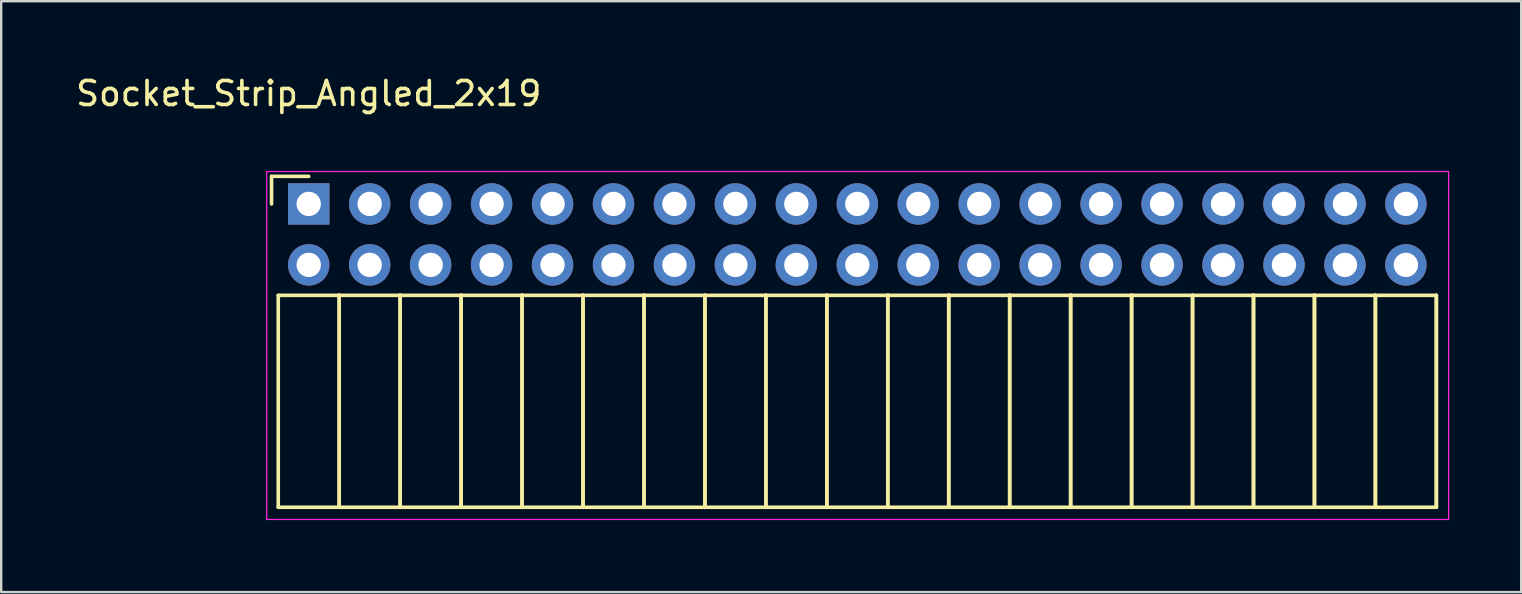
<source format=kicad_pcb>
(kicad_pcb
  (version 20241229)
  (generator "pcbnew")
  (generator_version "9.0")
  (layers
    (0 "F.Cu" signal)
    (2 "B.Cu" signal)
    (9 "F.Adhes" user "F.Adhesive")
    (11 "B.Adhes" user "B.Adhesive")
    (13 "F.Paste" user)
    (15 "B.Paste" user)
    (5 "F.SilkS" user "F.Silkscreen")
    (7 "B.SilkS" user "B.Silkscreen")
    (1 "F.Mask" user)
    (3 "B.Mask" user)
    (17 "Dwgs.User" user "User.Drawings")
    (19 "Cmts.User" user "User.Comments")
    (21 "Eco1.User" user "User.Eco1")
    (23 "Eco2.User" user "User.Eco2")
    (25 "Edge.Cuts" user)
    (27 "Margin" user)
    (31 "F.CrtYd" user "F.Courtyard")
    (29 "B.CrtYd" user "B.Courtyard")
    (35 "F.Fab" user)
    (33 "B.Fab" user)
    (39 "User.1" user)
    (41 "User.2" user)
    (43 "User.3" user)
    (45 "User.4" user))
  (footprint "Socket_Strip_Angled_2x19"
    (layer "F.Cu")
    (at 9.815 5.448)
    (property "Reference" "Socket_Strip_Angled_2x19" (at 0 -4.6 0) (layer "F.SilkS") (effects (font (size 1 1) (thickness 0.15))))
    (attr through_hole)
    (fp_line (start -1.55 -1.15) (end -1.55 0) (stroke (width 0.15) (type solid)) (layer "F.SilkS"))
    (fp_line (start -1.27 3.81) (end -1.27 12.64) (stroke (width 0.15) (type solid)) (layer "F.SilkS"))
    (fp_line (start -1.27 3.81) (end 1.27 3.81) (stroke (width 0.15) (type solid)) (layer "F.SilkS"))
    (fp_line (start -1.27 12.64) (end 1.27 12.64) (stroke (width 0.15) (type solid)) (layer "F.SilkS"))
    (fp_line (start 0 -1.15) (end -1.55 -1.15) (stroke (width 0.15) (type solid)) (layer "F.SilkS"))
    (fp_line (start 1.27 3.81) (end 1.27 12.64) (stroke (width 0.15) (type solid)) (layer "F.SilkS"))
    (fp_line (start 1.27 3.81) (end 3.81 3.81) (stroke (width 0.15) (type solid)) (layer "F.SilkS"))
    (fp_line (start 1.27 12.64) (end 1.27 3.81) (stroke (width 0.15) (type solid)) (layer "F.SilkS"))
    (fp_line (start 1.27 12.64) (end 3.81 12.64) (stroke (width 0.15) (type solid)) (layer "F.SilkS"))
    (fp_line (start 3.81 3.81) (end 3.81 12.64) (stroke (width 0.15) (type solid)) (layer "F.SilkS"))
    (fp_line (start 3.81 3.81) (end 6.35 3.81) (stroke (width 0.15) (type solid)) (layer "F.SilkS"))
    (fp_line (start 3.81 12.64) (end 3.81 3.81) (stroke (width 0.15) (type solid)) (layer "F.SilkS"))
    (fp_line (start 3.81 12.64) (end 6.35 12.64) (stroke (width 0.15) (type solid)) (layer "F.SilkS"))
    (fp_line (start 6.35 3.81) (end 6.35 12.64) (stroke (width 0.15) (type solid)) (layer "F.SilkS"))
    (fp_line (start 6.35 3.81) (end 8.89 3.81) (stroke (width 0.15) (type solid)) (layer "F.SilkS"))
    (fp_line (start 6.35 12.64) (end 6.35 3.81) (stroke (width 0.15) (type solid)) (layer "F.SilkS"))
    (fp_line (start 6.35 12.64) (end 8.89 12.64) (stroke (width 0.15) (type solid)) (layer "F.SilkS"))
    (fp_line (start 8.89 3.81) (end 8.89 12.64) (stroke (width 0.15) (type solid)) (layer "F.SilkS"))
    (fp_line (start 8.89 3.81) (end 11.43 3.81) (stroke (width 0.15) (type solid)) (layer "F.SilkS"))
    (fp_line (start 8.89 12.64) (end 8.89 3.81) (stroke (width 0.15) (type solid)) (layer "F.SilkS"))
    (fp_line (start 8.89 12.64) (end 11.43 12.64) (stroke (width 0.15) (type solid)) (layer "F.SilkS"))
    (fp_line (start 11.43 3.81) (end 11.43 12.64) (stroke (width 0.15) (type solid)) (layer "F.SilkS"))
    (fp_line (start 11.43 3.81) (end 13.97 3.81) (stroke (width 0.15) (type solid)) (layer "F.SilkS"))
    (fp_line (start 11.43 12.64) (end 11.43 3.81) (stroke (width 0.15) (type solid)) (layer "F.SilkS"))
    (fp_line (start 11.43 12.64) (end 13.97 12.64) (stroke (width 0.15) (type solid)) (layer "F.SilkS"))
    (fp_line (start 13.97 3.81) (end 13.97 12.64) (stroke (width 0.15) (type solid)) (layer "F.SilkS"))
    (fp_line (start 13.97 3.81) (end 16.51 3.81) (stroke (width 0.15) (type solid)) (layer "F.SilkS"))
    (fp_line (start 13.97 12.64) (end 13.97 3.81) (stroke (width 0.15) (type solid)) (layer "F.SilkS"))
    (fp_line (start 13.97 12.64) (end 16.51 12.64) (stroke (width 0.15) (type solid)) (layer "F.SilkS"))
    (fp_line (start 16.51 3.81) (end 16.51 12.64) (stroke (width 0.15) (type solid)) (layer "F.SilkS"))
    (fp_line (start 16.51 3.81) (end 19.05 3.81) (stroke (width 0.15) (type solid)) (layer "F.SilkS"))
    (fp_line (start 16.51 12.64) (end 16.51 3.81) (stroke (width 0.15) (type solid)) (layer "F.SilkS"))
    (fp_line (start 16.51 12.64) (end 19.05 12.64) (stroke (width 0.15) (type solid)) (layer "F.SilkS"))
    (fp_line (start 19.05 3.81) (end 19.05 12.64) (stroke (width 0.15) (type solid)) (layer "F.SilkS"))
    (fp_line (start 19.05 3.81) (end 21.59 3.81) (stroke (width 0.15) (type solid)) (layer "F.SilkS"))
    (fp_line (start 19.05 12.64) (end 19.05 3.81) (stroke (width 0.15) (type solid)) (layer "F.SilkS"))
    (fp_line (start 19.05 12.64) (end 21.59 12.64) (stroke (width 0.15) (type solid)) (layer "F.SilkS"))
    (fp_line (start 21.59 3.81) (end 21.59 12.64) (stroke (width 0.15) (type solid)) (layer "F.SilkS"))
    (fp_line (start 21.59 3.81) (end 24.13 3.81) (stroke (width 0.15) (type solid)) (layer "F.SilkS"))
    (fp_line (start 21.59 12.64) (end 21.59 3.81) (stroke (width 0.15) (type solid)) (layer "F.SilkS"))
    (fp_line (start 21.59 12.64) (end 24.13 12.64) (stroke (width 0.15) (type solid)) (layer "F.SilkS"))
    (fp_line (start 24.13 3.81) (end 24.13 12.64) (stroke (width 0.15) (type solid)) (layer "F.SilkS"))
    (fp_line (start 24.13 3.81) (end 26.67 3.81) (stroke (width 0.15) (type solid)) (layer "F.SilkS"))
    (fp_line (start 24.13 12.64) (end 24.13 3.81) (stroke (width 0.15) (type solid)) (layer "F.SilkS"))
    (fp_line (start 24.13 12.64) (end 26.67 12.64) (stroke (width 0.15) (type solid)) (layer "F.SilkS"))
    (fp_line (start 26.67 3.81) (end 26.67 12.64) (stroke (width 0.15) (type solid)) (layer "F.SilkS"))
    (fp_line (start 26.67 3.81) (end 29.21 3.81) (stroke (width 0.15) (type solid)) (layer "F.SilkS"))
    (fp_line (start 26.67 12.64) (end 26.67 3.81) (stroke (width 0.15) (type solid)) (layer "F.SilkS"))
    (fp_line (start 26.67 12.64) (end 29.21 12.64) (stroke (width 0.15) (type solid)) (layer "F.SilkS"))
    (fp_line (start 29.21 3.81) (end 29.21 12.64) (stroke (width 0.15) (type solid)) (layer "F.SilkS"))
    (fp_line (start 29.21 3.81) (end 31.75 3.81) (stroke (width 0.15) (type solid)) (layer "F.SilkS"))
    (fp_line (start 29.21 12.64) (end 29.21 3.81) (stroke (width 0.15) (type solid)) (layer "F.SilkS"))
    (fp_line (start 29.21 12.64) (end 31.75 12.64) (stroke (width 0.15) (type solid)) (layer "F.SilkS"))
    (fp_line (start 31.75 3.81) (end 31.75 12.64) (stroke (width 0.15) (type solid)) (layer "F.SilkS"))
    (fp_line (start 31.75 3.81) (end 34.29 3.81) (stroke (width 0.15) (type solid)) (layer "F.SilkS"))
    (fp_line (start 31.75 12.64) (end 31.75 3.81) (stroke (width 0.15) (type solid)) (layer "F.SilkS"))
    (fp_line (start 31.75 12.64) (end 34.29 12.64) (stroke (width 0.15) (type solid)) (layer "F.SilkS"))
    (fp_line (start 34.29 3.81) (end 34.29 12.64) (stroke (width 0.15) (type solid)) (layer "F.SilkS"))
    (fp_line (start 34.29 3.81) (end 36.83 3.81) (stroke (width 0.15) (type solid)) (layer "F.SilkS"))
    (fp_line (start 34.29 12.64) (end 34.29 3.81) (stroke (width 0.15) (type solid)) (layer "F.SilkS"))
    (fp_line (start 34.29 12.64) (end 36.83 12.64) (stroke (width 0.15) (type solid)) (layer "F.SilkS"))
    (fp_line (start 36.83 3.81) (end 36.83 12.64) (stroke (width 0.15) (type solid)) (layer "F.SilkS"))
    (fp_line (start 36.83 3.81) (end 39.37 3.81) (stroke (width 0.15) (type solid)) (layer "F.SilkS"))
    (fp_line (start 36.83 12.64) (end 36.83 3.81) (stroke (width 0.15) (type solid)) (layer "F.SilkS"))
    (fp_line (start 36.83 12.64) (end 39.37 12.64) (stroke (width 0.15) (type solid)) (layer "F.SilkS"))
    (fp_line (start 39.37 3.81) (end 39.37 12.64) (stroke (width 0.15) (type solid)) (layer "F.SilkS"))
    (fp_line (start 39.37 3.81) (end 41.91 3.81) (stroke (width 0.15) (type solid)) (layer "F.SilkS"))
    (fp_line (start 39.37 12.64) (end 39.37 3.81) (stroke (width 0.15) (type solid)) (layer "F.SilkS"))
    (fp_line (start 39.37 12.64) (end 41.91 12.64) (stroke (width 0.15) (type solid)) (layer "F.SilkS"))
    (fp_line (start 41.91 3.81) (end 41.91 12.64) (stroke (width 0.15) (type solid)) (layer "F.SilkS"))
    (fp_line (start 41.91 3.81) (end 44.45 3.81) (stroke (width 0.15) (type solid)) (layer "F.SilkS"))
    (fp_line (start 41.91 12.64) (end 41.91 3.81) (stroke (width 0.15) (type solid)) (layer "F.SilkS"))
    (fp_line (start 41.91 12.64) (end 44.45 12.64) (stroke (width 0.15) (type solid)) (layer "F.SilkS"))
    (fp_line (start 44.45 3.81) (end 44.45 12.64) (stroke (width 0.15) (type solid)) (layer "F.SilkS"))
    (fp_line (start 44.45 3.81) (end 46.99 3.81) (stroke (width 0.15) (type solid)) (layer "F.SilkS"))
    (fp_line (start 44.45 12.64) (end 44.45 3.81) (stroke (width 0.15) (type solid)) (layer "F.SilkS"))
    (fp_line (start 44.45 12.64) (end 46.99 12.64) (stroke (width 0.15) (type solid)) (layer "F.SilkS"))
    (fp_line (start 46.99 3.81) (end 46.99 12.64) (stroke (width 0.15) (type solid)) (layer "F.SilkS"))
    (fp_line (start 46.99 12.64) (end 46.99 3.81) (stroke (width 0.15) (type solid)) (layer "F.SilkS"))
    (fp_line (start -1.75 -1.35) (end -1.75 13.15) (stroke (width 0.05) (type solid)) (layer "F.CrtYd"))
    (fp_line (start -1.75 -1.35) (end 47.5 -1.35) (stroke (width 0.05) (type solid)) (layer "F.CrtYd"))
    (fp_line (start -1.75 13.15) (end 47.5 13.15) (stroke (width 0.05) (type solid)) (layer "F.CrtYd"))
    (fp_line (start 47.5 -1.35) (end 47.5 13.15) (stroke (width 0.05) (type solid)) (layer "F.CrtYd"))
    (pad "1" thru_hole rect (at 0 0) (size 1.727 1.727) (drill 1.016) (layers "*.Cu" "*.Mask"))
    (pad "2" thru_hole oval (at 0 2.54) (size 1.727 1.727) (drill 1.016) (layers "*.Cu" "*.Mask"))
    (pad "3" thru_hole oval (at 2.54 0) (size 1.727 1.727) (drill 1.016) (layers "*.Cu" "*.Mask"))
    (pad "4" thru_hole oval (at 2.54 2.54) (size 1.727 1.727) (drill 1.016) (layers "*.Cu" "*.Mask"))
    (pad "5" thru_hole oval (at 5.08 0) (size 1.727 1.727) (drill 1.016) (layers "*.Cu" "*.Mask"))
    (pad "6" thru_hole oval (at 5.08 2.54) (size 1.727 1.727) (drill 1.016) (layers "*.Cu" "*.Mask"))
    (pad "7" thru_hole oval (at 7.62 0) (size 1.727 1.727) (drill 1.016) (layers "*.Cu" "*.Mask"))
    (pad "8" thru_hole oval (at 7.62 2.54) (size 1.727 1.727) (drill 1.016) (layers "*.Cu" "*.Mask"))
    (pad "9" thru_hole oval (at 10.16 0) (size 1.727 1.727) (drill 1.016) (layers "*.Cu" "*.Mask"))
    (pad "10" thru_hole oval (at 10.16 2.54) (size 1.727 1.727) (drill 1.016) (layers "*.Cu" "*.Mask"))
    (pad "11" thru_hole oval (at 12.7 0) (size 1.727 1.727) (drill 1.016) (layers "*.Cu" "*.Mask"))
    (pad "12" thru_hole oval (at 12.7 2.54) (size 1.727 1.727) (drill 1.016) (layers "*.Cu" "*.Mask"))
    (pad "13" thru_hole oval (at 15.24 0) (size 1.727 1.727) (drill 1.016) (layers "*.Cu" "*.Mask"))
    (pad "14" thru_hole oval (at 15.24 2.54) (size 1.727 1.727) (drill 1.016) (layers "*.Cu" "*.Mask"))
    (pad "15" thru_hole oval (at 17.78 0) (size 1.727 1.727) (drill 1.016) (layers "*.Cu" "*.Mask"))
    (pad "16" thru_hole oval (at 17.78 2.54) (size 1.727 1.727) (drill 1.016) (layers "*.Cu" "*.Mask"))
    (pad "17" thru_hole oval (at 20.32 0) (size 1.727 1.727) (drill 1.016) (layers "*.Cu" "*.Mask"))
    (pad "18" thru_hole oval (at 20.32 2.54) (size 1.727 1.727) (drill 1.016) (layers "*.Cu" "*.Mask"))
    (pad "19" thru_hole oval (at 22.86 0) (size 1.727 1.727) (drill 1.016) (layers "*.Cu" "*.Mask"))
    (pad "20" thru_hole oval (at 22.86 2.54) (size 1.727 1.727) (drill 1.016) (layers "*.Cu" "*.Mask"))
    (pad "21" thru_hole oval (at 25.4 0) (size 1.727 1.727) (drill 1.016) (layers "*.Cu" "*.Mask"))
    (pad "22" thru_hole oval (at 25.4 2.54) (size 1.727 1.727) (drill 1.016) (layers "*.Cu" "*.Mask"))
    (pad "23" thru_hole oval (at 27.94 0) (size 1.727 1.727) (drill 1.016) (layers "*.Cu" "*.Mask"))
    (pad "24" thru_hole oval (at 27.94 2.54) (size 1.727 1.727) (drill 1.016) (layers "*.Cu" "*.Mask"))
    (pad "25" thru_hole oval (at 30.48 0) (size 1.727 1.727) (drill 1.016) (layers "*.Cu" "*.Mask"))
    (pad "26" thru_hole oval (at 30.48 2.54) (size 1.727 1.727) (drill 1.016) (layers "*.Cu" "*.Mask"))
    (pad "27" thru_hole oval (at 33.02 0) (size 1.727 1.727) (drill 1.016) (layers "*.Cu" "*.Mask"))
    (pad "28" thru_hole oval (at 33.02 2.54) (size 1.727 1.727) (drill 1.016) (layers "*.Cu" "*.Mask"))
    (pad "29" thru_hole oval (at 35.56 0) (size 1.727 1.727) (drill 1.016) (layers "*.Cu" "*.Mask"))
    (pad "30" thru_hole oval (at 35.56 2.54) (size 1.727 1.727) (drill 1.016) (layers "*.Cu" "*.Mask"))
    (pad "31" thru_hole oval (at 38.1 0) (size 1.727 1.727) (drill 1.016) (layers "*.Cu" "*.Mask"))
    (pad "32" thru_hole oval (at 38.1 2.54) (size 1.727 1.727) (drill 1.016) (layers "*.Cu" "*.Mask"))
    (pad "33" thru_hole oval (at 40.64 0) (size 1.727 1.727) (drill 1.016) (layers "*.Cu" "*.Mask"))
    (pad "34" thru_hole oval (at 40.64 2.54) (size 1.727 1.727) (drill 1.016) (layers "*.Cu" "*.Mask"))
    (pad "35" thru_hole oval (at 43.18 0) (size 1.727 1.727) (drill 1.016) (layers "*.Cu" "*.Mask"))
    (pad "36" thru_hole oval (at 43.18 2.54) (size 1.727 1.727) (drill 1.016) (layers "*.Cu" "*.Mask"))
    (pad "37" thru_hole oval (at 45.72 0) (size 1.727 1.727) (drill 1.016) (layers "*.Cu" "*.Mask"))
    (pad "38" thru_hole oval (at 45.72 2.54) (size 1.727 1.727) (drill 1.016) (layers "*.Cu" "*.Mask")))
  (gr_rect
    (start -3 -3)
    (end 60.34 21.623)
    (stroke (width 0.1) (type default))
    (fill no)
    (layer "Edge.Cuts")))
</source>
